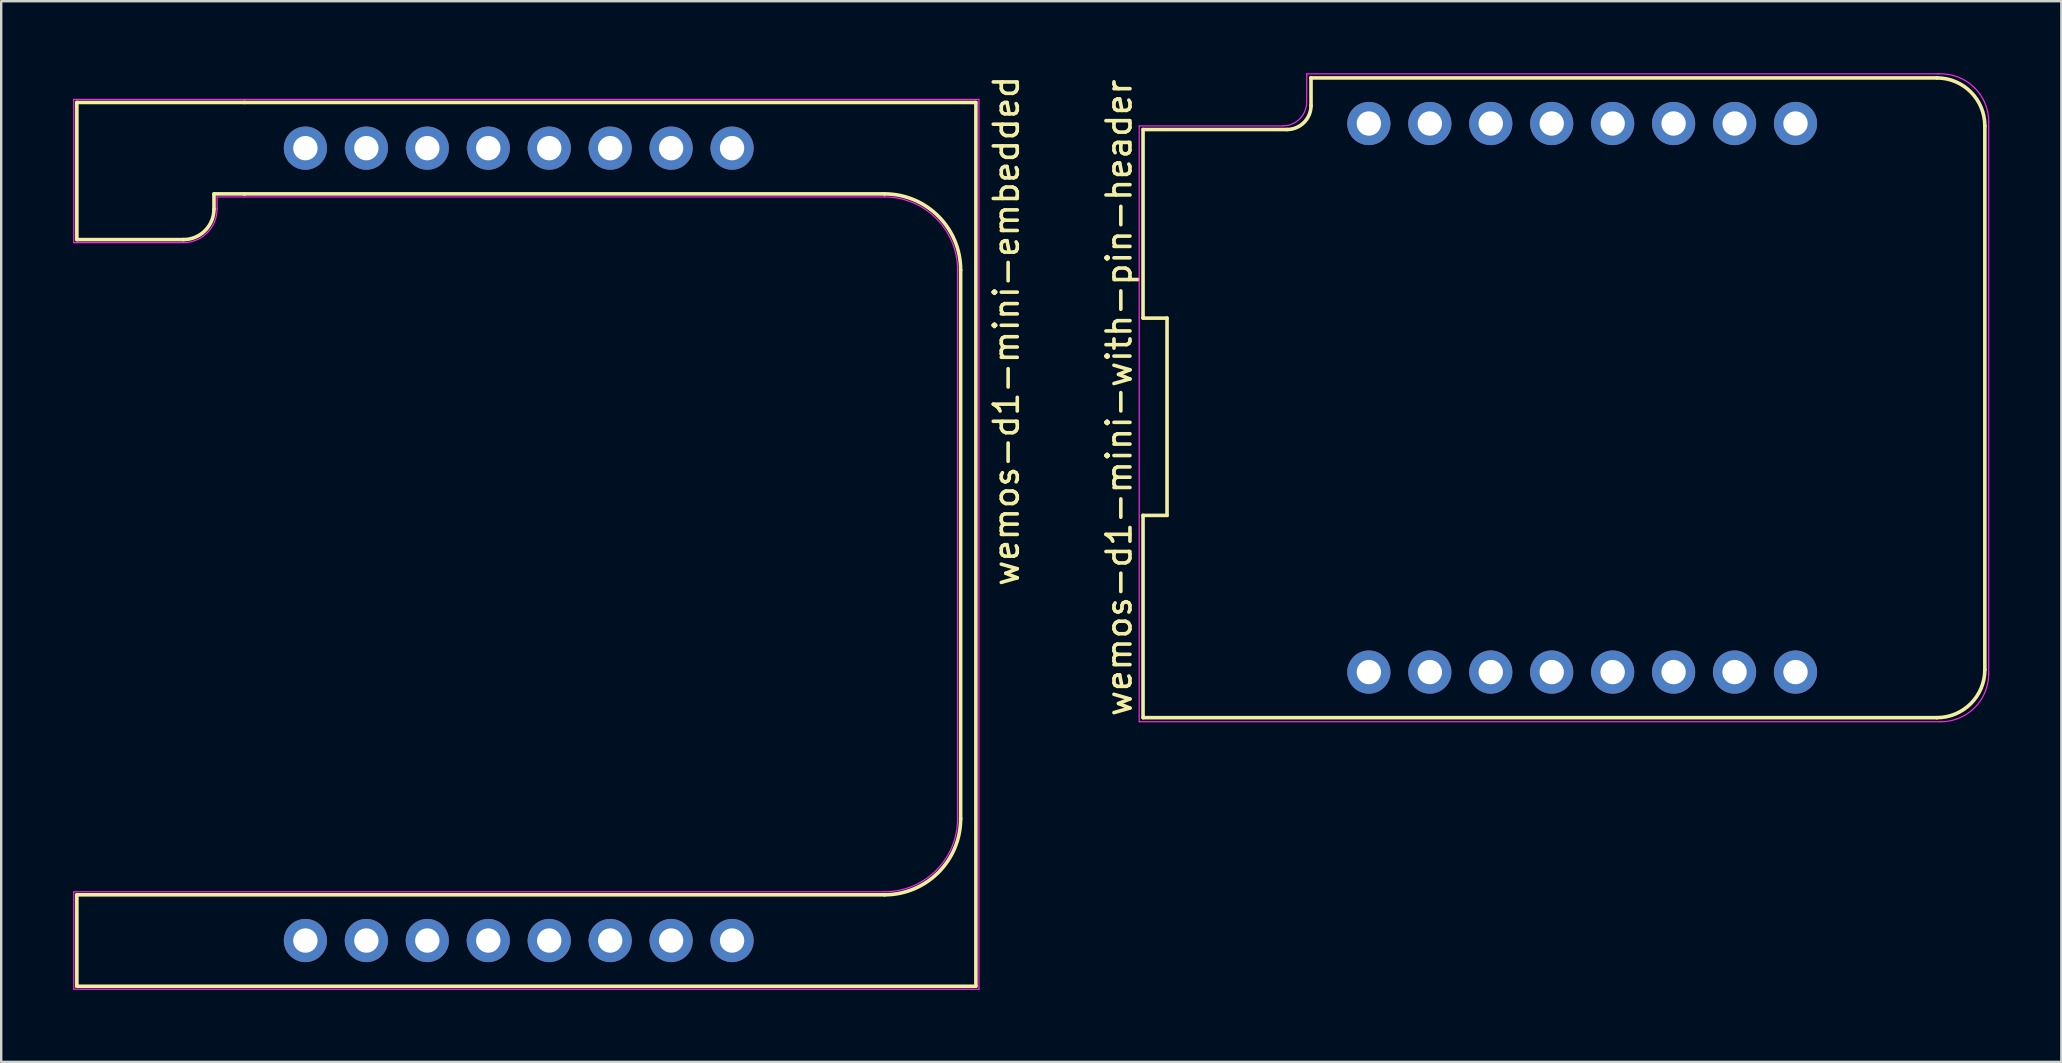
<source format=kicad_pcb>
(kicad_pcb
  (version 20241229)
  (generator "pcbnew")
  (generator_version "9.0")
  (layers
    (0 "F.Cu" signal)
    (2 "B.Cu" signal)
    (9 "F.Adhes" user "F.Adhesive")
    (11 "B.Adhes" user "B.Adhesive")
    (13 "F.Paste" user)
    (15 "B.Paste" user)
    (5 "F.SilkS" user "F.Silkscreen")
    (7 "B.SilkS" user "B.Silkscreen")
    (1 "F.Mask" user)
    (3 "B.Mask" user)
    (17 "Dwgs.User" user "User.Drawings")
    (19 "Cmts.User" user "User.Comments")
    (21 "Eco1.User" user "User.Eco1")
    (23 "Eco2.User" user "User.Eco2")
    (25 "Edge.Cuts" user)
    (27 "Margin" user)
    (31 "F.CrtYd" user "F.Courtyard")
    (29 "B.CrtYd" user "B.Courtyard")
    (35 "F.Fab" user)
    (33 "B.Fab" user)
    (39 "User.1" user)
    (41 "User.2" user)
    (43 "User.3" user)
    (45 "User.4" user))
  (footprint "wemos-d1-mini-embedded"
    (layer "F.Cu")
    (at 18.567 19.634)
    (property "Reference" "wemos-d1-mini-embedded" (at 20.32 -8.89 90) (layer "F.SilkS") (effects (font (size 1 1) (thickness 0.15))))
    (attr through_hole)
    (fp_line (start -18.415 -18.415) (end -18.415 -12.7) (stroke (width 0.15) (type solid)) (layer "F.SilkS"))
    (fp_line (start -18.415 -12.7) (end -13.97 -12.7) (stroke (width 0.15) (type solid)) (layer "F.SilkS"))
    (fp_line (start -18.415 14.605) (end -18.415 18.415) (stroke (width 0.15) (type solid)) (layer "F.SilkS"))
    (fp_line (start -18.415 18.415) (end 19.05 18.415) (stroke (width 0.15) (type solid)) (layer "F.SilkS"))
    (fp_line (start -12.7 -14.605) (end -11.43 -14.605) (stroke (width 0.15) (type solid)) (layer "F.SilkS"))
    (fp_line (start -12.7 -13.97) (end -12.7 -14.605) (stroke (width 0.15) (type solid)) (layer "F.SilkS"))
    (fp_line (start -11.43 -18.415) (end -18.415 -18.415) (stroke (width 0.15) (type solid)) (layer "F.SilkS"))
    (fp_line (start -11.43 -14.605) (end -11.43 -14.605) (stroke (width 0.15) (type solid)) (layer "F.SilkS"))
    (fp_line (start -11.43 -14.605) (end 15.24 -14.605) (stroke (width 0.15) (type solid)) (layer "F.SilkS"))
    (fp_line (start 15.24 14.605) (end -18.415 14.605) (stroke (width 0.15) (type solid)) (layer "F.SilkS"))
    (fp_line (start 18.415 -11.43) (end 18.415 11.43) (stroke (width 0.15) (type solid)) (layer "F.SilkS"))
    (fp_line (start 19.05 -18.415) (end -11.43 -18.415) (stroke (width 0.15) (type solid)) (layer "F.SilkS"))
    (fp_line (start 19.05 18.415) (end 19.05 -18.415) (stroke (width 0.15) (type solid)) (layer "F.SilkS"))
    (fp_arc (start -12.7 -13.97) (mid -13.071974 -13.071974) (end -13.97 -12.7) (stroke (width 0.15) (type solid)) (layer "F.SilkS"))
    (fp_arc (start 15.24 -14.605) (mid 17.485064 -13.675064) (end 18.415 -11.43) (stroke (width 0.15) (type solid)) (layer "F.SilkS"))
    (fp_arc (start 18.415 11.43) (mid 17.485064 13.675064) (end 15.24 14.605) (stroke (width 0.15) (type solid)) (layer "F.SilkS"))
    (fp_line (start -18.542 -18.542) (end 19.177 -18.542) (stroke (width 0.05) (type solid)) (layer "F.CrtYd"))
    (fp_line (start -18.542 -12.573) (end -18.542 -18.542) (stroke (width 0.05) (type solid)) (layer "F.CrtYd"))
    (fp_line (start -18.542 14.478) (end 15.24 14.478) (stroke (width 0.05) (type solid)) (layer "F.CrtYd"))
    (fp_line (start -18.542 18.542) (end -18.542 14.478) (stroke (width 0.05) (type solid)) (layer "F.CrtYd"))
    (fp_line (start -13.843 -12.573) (end -18.542 -12.573) (stroke (width 0.05) (type solid)) (layer "F.CrtYd"))
    (fp_line (start -12.573 -14.478) (end -12.573 -13.97) (stroke (width 0.05) (type solid)) (layer "F.CrtYd"))
    (fp_line (start 15.24 -14.478) (end -12.573 -14.478) (stroke (width 0.05) (type solid)) (layer "F.CrtYd"))
    (fp_line (start 18.288 11.43) (end 18.288 -11.43) (stroke (width 0.05) (type solid)) (layer "F.CrtYd"))
    (fp_line (start 19.177 -18.542) (end 19.177 18.542) (stroke (width 0.05) (type solid)) (layer "F.CrtYd"))
    (fp_line (start 19.177 18.542) (end -18.542 18.542) (stroke (width 0.05) (type solid)) (layer "F.CrtYd"))
    (fp_arc (start -12.573 -13.97) (mid -12.934277 -13.03251) (end -13.83125 -12.579907) (stroke (width 0.05) (type solid)) (layer "F.CrtYd"))
    (fp_arc (start 15.24 -14.478) (mid 17.395261 -13.585261) (end 18.288 -11.43) (stroke (width 0.05) (type solid)) (layer "F.CrtYd"))
    (fp_arc (start 18.288 11.43) (mid 17.395261 13.585261) (end 15.24 14.478) (stroke (width 0.05) (type solid)) (layer "F.CrtYd"))
    (pad "1" thru_hole circle (at 8.89 -16.51) (size 1.8 1.8) (drill 1.016) (layers "*.Cu" "*.Mask"))
    (pad "2" thru_hole circle (at 6.35 -16.51) (size 1.8 1.8) (drill 1.016) (layers "*.Cu" "*.Mask"))
    (pad "3" thru_hole circle (at 3.81 -16.51) (size 1.8 1.8) (drill 1.016) (layers "*.Cu" "*.Mask"))
    (pad "4" thru_hole circle (at 1.27 -16.51) (size 1.8 1.8) (drill 1.016) (layers "*.Cu" "*.Mask"))
    (pad "5" thru_hole circle (at -1.27 -16.51) (size 1.8 1.8) (drill 1.016) (layers "*.Cu" "*.Mask"))
    (pad "6" thru_hole circle (at -3.81 -16.51) (size 1.8 1.8) (drill 1.016) (layers "*.Cu" "*.Mask"))
    (pad "7" thru_hole circle (at -6.35 -16.51) (size 1.8 1.8) (drill 1.016) (layers "*.Cu" "*.Mask"))
    (pad "8" thru_hole circle (at -8.89 -16.51) (size 1.8 1.8) (drill 1.016) (layers "*.Cu" "*.Mask"))
    (pad "9" thru_hole circle (at -8.89 16.51) (size 1.8 1.8) (drill 1.016) (layers "*.Cu" "*.Mask"))
    (pad "10" thru_hole circle (at -6.35 16.51) (size 1.8 1.8) (drill 1.016) (layers "*.Cu" "*.Mask"))
    (pad "11" thru_hole circle (at -3.81 16.51) (size 1.8 1.8) (drill 1.016) (layers "*.Cu" "*.Mask"))
    (pad "12" thru_hole circle (at -1.27 16.51) (size 1.8 1.8) (drill 1.016) (layers "*.Cu" "*.Mask"))
    (pad "13" thru_hole circle (at 1.27 16.51) (size 1.8 1.8) (drill 1.016) (layers "*.Cu" "*.Mask"))
    (pad "14" thru_hole circle (at 3.81 16.51) (size 1.8 1.8) (drill 1.016) (layers "*.Cu" "*.Mask"))
    (pad "15" thru_hole circle (at 6.35 16.51) (size 1.8 1.8) (drill 1.016) (layers "*.Cu" "*.Mask"))
    (pad "16" thru_hole circle (at 8.89 16.51) (size 1.8 1.8) (drill 1.016) (layers "*.Cu" "*.Mask")))
  (footprint "wemos-d1-mini-with-pin-header"
    (layer "F.Cu")
    (at 62.883 13.527)
    (property "Reference" "wemos-d1-mini-with-pin-header" (at -19.3 0 90) (layer "F.SilkS") (effects (font (size 1 1) (thickness 0.15))))
    (attr through_hole)
    (fp_line (start -18.3 -11.18) (end -18.3 -3.32) (stroke (width 0.15) (type solid)) (layer "F.SilkS"))
    (fp_line (start -18.3 -11.18) (end -12.3 -11.18) (stroke (width 0.15) (type solid)) (layer "F.SilkS"))
    (fp_line (start -18.3 -3.32) (end -17.3 -3.32) (stroke (width 0.15) (type solid)) (layer "F.SilkS"))
    (fp_line (start -18.3 4.9) (end -18.3 13.33) (stroke (width 0.15) (type solid)) (layer "F.SilkS"))
    (fp_line (start -18.3 13.33) (end 14.78 13.33) (stroke (width 0.15) (type solid)) (layer "F.SilkS"))
    (fp_line (start -17.3 -3.32) (end -17.3 4.9) (stroke (width 0.15) (type solid)) (layer "F.SilkS"))
    (fp_line (start -17.3 4.9) (end -18.3 4.9) (stroke (width 0.15) (type solid)) (layer "F.SilkS"))
    (fp_line (start -11.3 -13.33) (end -11.3 -13.33) (stroke (width 0.15) (type solid)) (layer "F.SilkS"))
    (fp_line (start -11.3 -12.17) (end -11.3 -13.33) (stroke (width 0.15) (type solid)) (layer "F.SilkS"))
    (fp_line (start 14.78 -13.33) (end -11.3 -13.33) (stroke (width 0.15) (type solid)) (layer "F.SilkS"))
    (fp_line (start 16.78 11.33) (end 16.78 -11.33) (stroke (width 0.15) (type solid)) (layer "F.SilkS"))
    (fp_arc (start -11.3 -12.18) (mid -11.592893 -11.472893) (end -12.3 -11.18) (stroke (width 0.15) (type solid)) (layer "F.SilkS"))
    (fp_arc (start 14.78 -13.33) (mid 16.194214 -12.744214) (end 16.78 -11.33) (stroke (width 0.15) (type solid)) (layer "F.SilkS"))
    (fp_arc (start 16.78 11.33) (mid 16.194214 12.744214) (end 14.78 13.33) (stroke (width 0.15) (type solid)) (layer "F.SilkS"))
    (fp_line (start -18.46 -11.33) (end -12.48 -11.33) (stroke (width 0.05) (type solid)) (layer "F.CrtYd"))
    (fp_line (start -18.46 13.5) (end -18.46 -11.33) (stroke (width 0.05) (type solid)) (layer "F.CrtYd"))
    (fp_line (start -11.48 -13.5) (end -11.48 -12.33) (stroke (width 0.05) (type solid)) (layer "F.CrtYd"))
    (fp_line (start -11.48 -13.5) (end 14.85 -13.5) (stroke (width 0.05) (type solid)) (layer "F.CrtYd"))
    (fp_line (start 14.94 13.5) (end -18.46 13.5) (stroke (width 0.05) (type solid)) (layer "F.CrtYd"))
    (fp_line (start 16.94 -11.5) (end 16.94 11.5) (stroke (width 0.05) (type solid)) (layer "F.CrtYd"))
    (fp_arc (start -11.48 -12.33) (mid -11.772893 -11.622893) (end -12.48 -11.33) (stroke (width 0.05) (type solid)) (layer "F.CrtYd"))
    (fp_arc (start 14.85 -13.5) (mid 16.323459 -12.947115) (end 16.942024 -11.5) (stroke (width 0.05) (type solid)) (layer "F.CrtYd"))
    (fp_arc (start 16.94 11.5) (mid 16.354214 12.914214) (end 14.94 13.5) (stroke (width 0.05) (type solid)) (layer "F.CrtYd"))
    (pad "1" thru_hole circle (at 8.89 -11.43) (size 1.8 1.8) (drill 1.016) (layers "*.Cu" "*.Mask"))
    (pad "2" thru_hole circle (at 6.35 -11.43) (size 1.8 1.8) (drill 1.016) (layers "*.Cu" "*.Mask"))
    (pad "3" thru_hole circle (at 3.81 -11.43) (size 1.8 1.8) (drill 1.016) (layers "*.Cu" "*.Mask"))
    (pad "4" thru_hole circle (at 1.27 -11.43) (size 1.8 1.8) (drill 1.016) (layers "*.Cu" "*.Mask"))
    (pad "5" thru_hole circle (at -1.27 -11.43) (size 1.8 1.8) (drill 1.016) (layers "*.Cu" "*.Mask"))
    (pad "6" thru_hole circle (at -3.81 -11.43) (size 1.8 1.8) (drill 1.016) (layers "*.Cu" "*.Mask"))
    (pad "7" thru_hole circle (at -6.35 -11.43) (size 1.8 1.8) (drill 1.016) (layers "*.Cu" "*.Mask"))
    (pad "8" thru_hole circle (at -8.89 -11.43) (size 1.8 1.8) (drill 1.016) (layers "*.Cu" "*.Mask"))
    (pad "9" thru_hole circle (at -8.89 11.43) (size 1.8 1.8) (drill 1.016) (layers "*.Cu" "*.Mask"))
    (pad "10" thru_hole circle (at -6.35 11.43) (size 1.8 1.8) (drill 1.016) (layers "*.Cu" "*.Mask"))
    (pad "11" thru_hole circle (at -3.81 11.43) (size 1.8 1.8) (drill 1.016) (layers "*.Cu" "*.Mask"))
    (pad "12" thru_hole circle (at -1.27 11.43) (size 1.8 1.8) (drill 1.016) (layers "*.Cu" "*.Mask"))
    (pad "13" thru_hole circle (at 1.27 11.43) (size 1.8 1.8) (drill 1.016) (layers "*.Cu" "*.Mask"))
    (pad "14" thru_hole circle (at 3.81 11.43) (size 1.8 1.8) (drill 1.016) (layers "*.Cu" "*.Mask"))
    (pad "15" thru_hole circle (at 6.35 11.43) (size 1.8 1.8) (drill 1.016) (layers "*.Cu" "*.Mask"))
    (pad "16" thru_hole circle (at 8.89 11.43) (size 1.8 1.8) (drill 1.016) (layers "*.Cu" "*.Mask")))
  (gr_rect
    (start -3 -3)
    (end 82.851 41.201)
    (stroke (width 0.1) (type default))
    (fill no)
    (layer "Edge.Cuts")))
</source>
